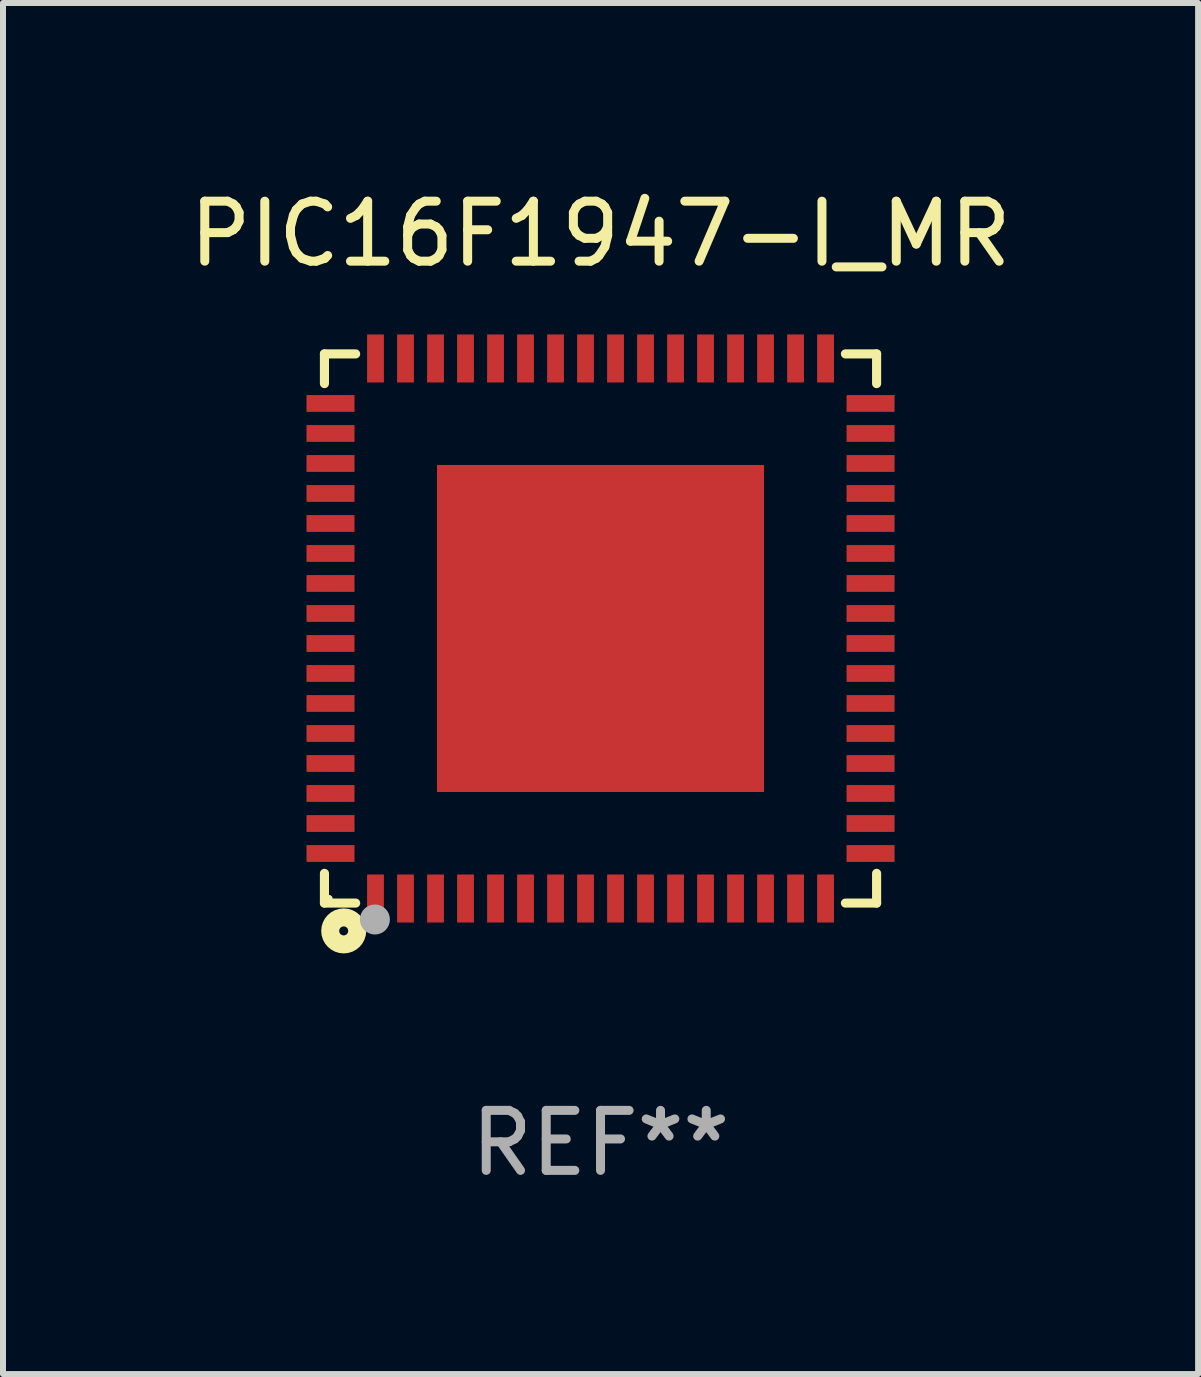
<source format=kicad_pcb>
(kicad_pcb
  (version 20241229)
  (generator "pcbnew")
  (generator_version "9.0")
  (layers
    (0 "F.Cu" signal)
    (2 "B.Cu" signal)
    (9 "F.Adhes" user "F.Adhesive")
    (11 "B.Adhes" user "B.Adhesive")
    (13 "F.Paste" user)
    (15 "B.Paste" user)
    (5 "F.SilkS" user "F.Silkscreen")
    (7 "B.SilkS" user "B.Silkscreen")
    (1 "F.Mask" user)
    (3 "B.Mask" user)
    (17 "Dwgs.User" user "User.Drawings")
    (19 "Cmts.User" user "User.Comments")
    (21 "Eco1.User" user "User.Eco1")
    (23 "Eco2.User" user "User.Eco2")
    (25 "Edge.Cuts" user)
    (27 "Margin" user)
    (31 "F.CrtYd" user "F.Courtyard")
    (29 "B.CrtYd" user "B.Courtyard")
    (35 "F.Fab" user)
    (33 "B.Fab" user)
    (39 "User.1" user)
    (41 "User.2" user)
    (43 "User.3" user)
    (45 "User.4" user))
  (footprint "PIC16F1947-I_MR"
    (layer "F.Cu")
    (at 6.958 7.424)
    (property "Reference" "PIC16F1947-I_MR" (at 0 -6.576 0) (layer "F.SilkS") (effects (font (size 1 1) (thickness 0.15))))
    (attr through_hole)
    (fp_line (start -4.601 -4.576) (end -4.081 -4.576) (stroke (width 0.152) (type solid)) (layer "F.SilkS"))
    (fp_line (start -4.601 -4.081) (end -4.601 -4.576) (stroke (width 0.152) (type solid)) (layer "F.SilkS"))
    (fp_line (start -4.601 4.081) (end -4.601 4.576) (stroke (width 0.152) (type solid)) (layer "F.SilkS"))
    (fp_line (start -4.601 4.576) (end -4.081 4.576) (stroke (width 0.152) (type solid)) (layer "F.SilkS"))
    (fp_line (start 4.601 -4.576) (end 4.081 -4.576) (stroke (width 0.152) (type solid)) (layer "F.SilkS"))
    (fp_line (start 4.601 -4.081) (end 4.601 -4.576) (stroke (width 0.152) (type solid)) (layer "F.SilkS"))
    (fp_line (start 4.601 4.081) (end 4.601 4.576) (stroke (width 0.152) (type solid)) (layer "F.SilkS"))
    (fp_line (start 4.601 4.576) (end 4.081 4.576) (stroke (width 0.152) (type solid)) (layer "F.SilkS"))
    (fp_circle (center -4.525 4.5) (end -4.495 4.5) (stroke (width 0.06) (type solid)) (fill no) (layer "F.SilkS"))
    (fp_circle (center -4.28 5.04) (end -4.205 5.04) (stroke (width 0.3) (type solid)) (fill no) (layer "F.SilkS"))
    (fp_circle (center -3.76 4.85) (end -3.635 4.85) (stroke (width 0.25) (type solid)) (fill no) (layer "F.Fab"))
    (fp_text user "REF**" (at 0 8.576 0) (layer "F.Fab") (effects (font (size 1 1) (thickness 0.15))))
    (pad "1" smd rect (at -3.75 4.5) (size 0.28 0.8) (layers "F.Cu" "F.Mask" "F.Paste"))
    (pad "2" smd rect (at -3.25 4.5) (size 0.28 0.8) (layers "F.Cu" "F.Mask" "F.Paste"))
    (pad "3" smd rect (at -2.75 4.5) (size 0.28 0.8) (layers "F.Cu" "F.Mask" "F.Paste"))
    (pad "4" smd rect (at -2.25 4.5) (size 0.28 0.8) (layers "F.Cu" "F.Mask" "F.Paste"))
    (pad "5" smd rect (at -1.75 4.5) (size 0.28 0.8) (layers "F.Cu" "F.Mask" "F.Paste"))
    (pad "6" smd rect (at -1.25 4.5) (size 0.28 0.8) (layers "F.Cu" "F.Mask" "F.Paste"))
    (pad "7" smd rect (at -0.75 4.5) (size 0.28 0.8) (layers "F.Cu" "F.Mask" "F.Paste"))
    (pad "8" smd rect (at -0.25 4.5) (size 0.28 0.8) (layers "F.Cu" "F.Mask" "F.Paste"))
    (pad "9" smd rect (at 0.25 4.5) (size 0.28 0.8) (layers "F.Cu" "F.Mask" "F.Paste"))
    (pad "10" smd rect (at 0.75 4.5) (size 0.28 0.8) (layers "F.Cu" "F.Mask" "F.Paste"))
    (pad "11" smd rect (at 1.25 4.5) (size 0.28 0.8) (layers "F.Cu" "F.Mask" "F.Paste"))
    (pad "12" smd rect (at 1.75 4.5) (size 0.28 0.8) (layers "F.Cu" "F.Mask" "F.Paste"))
    (pad "13" smd rect (at 2.25 4.5) (size 0.28 0.8) (layers "F.Cu" "F.Mask" "F.Paste"))
    (pad "14" smd rect (at 2.75 4.5) (size 0.28 0.8) (layers "F.Cu" "F.Mask" "F.Paste"))
    (pad "15" smd rect (at 3.25 4.5) (size 0.28 0.8) (layers "F.Cu" "F.Mask" "F.Paste"))
    (pad "16" smd rect (at 3.75 4.5) (size 0.28 0.8) (layers "F.Cu" "F.Mask" "F.Paste"))
    (pad "17" smd rect (at 4.5 3.75) (size 0.8 0.28) (layers "F.Cu" "F.Mask" "F.Paste"))
    (pad "18" smd rect (at 4.5 3.25) (size 0.8 0.28) (layers "F.Cu" "F.Mask" "F.Paste"))
    (pad "19" smd rect (at 4.5 2.75) (size 0.8 0.28) (layers "F.Cu" "F.Mask" "F.Paste"))
    (pad "20" smd rect (at 4.5 2.25) (size 0.8 0.28) (layers "F.Cu" "F.Mask" "F.Paste"))
    (pad "21" smd rect (at 4.5 1.75) (size 0.8 0.28) (layers "F.Cu" "F.Mask" "F.Paste"))
    (pad "22" smd rect (at 4.5 1.25) (size 0.8 0.28) (layers "F.Cu" "F.Mask" "F.Paste"))
    (pad "23" smd rect (at 4.5 0.75) (size 0.8 0.28) (layers "F.Cu" "F.Mask" "F.Paste"))
    (pad "24" smd rect (at 4.5 0.25) (size 0.8 0.28) (layers "F.Cu" "F.Mask" "F.Paste"))
    (pad "25" smd rect (at 4.5 -0.25) (size 0.8 0.28) (layers "F.Cu" "F.Mask" "F.Paste"))
    (pad "26" smd rect (at 4.5 -0.75) (size 0.8 0.28) (layers "F.Cu" "F.Mask" "F.Paste"))
    (pad "27" smd rect (at 4.5 -1.25) (size 0.8 0.28) (layers "F.Cu" "F.Mask" "F.Paste"))
    (pad "28" smd rect (at 4.5 -1.75) (size 0.8 0.28) (layers "F.Cu" "F.Mask" "F.Paste"))
    (pad "29" smd rect (at 4.5 -2.25) (size 0.8 0.28) (layers "F.Cu" "F.Mask" "F.Paste"))
    (pad "30" smd rect (at 4.5 -2.75) (size 0.8 0.28) (layers "F.Cu" "F.Mask" "F.Paste"))
    (pad "31" smd rect (at 4.5 -3.25) (size 0.8 0.28) (layers "F.Cu" "F.Mask" "F.Paste"))
    (pad "32" smd rect (at 4.5 -3.75) (size 0.8 0.28) (layers "F.Cu" "F.Mask" "F.Paste"))
    (pad "33" smd rect (at 3.75 -4.5) (size 0.28 0.8) (layers "F.Cu" "F.Mask" "F.Paste"))
    (pad "34" smd rect (at 3.25 -4.5) (size 0.28 0.8) (layers "F.Cu" "F.Mask" "F.Paste"))
    (pad "35" smd rect (at 2.75 -4.5) (size 0.28 0.8) (layers "F.Cu" "F.Mask" "F.Paste"))
    (pad "36" smd rect (at 2.25 -4.5) (size 0.28 0.8) (layers "F.Cu" "F.Mask" "F.Paste"))
    (pad "37" smd rect (at 1.75 -4.5) (size 0.28 0.8) (layers "F.Cu" "F.Mask" "F.Paste"))
    (pad "38" smd rect (at 1.25 -4.5) (size 0.28 0.8) (layers "F.Cu" "F.Mask" "F.Paste"))
    (pad "39" smd rect (at 0.75 -4.5) (size 0.28 0.8) (layers "F.Cu" "F.Mask" "F.Paste"))
    (pad "40" smd rect (at 0.25 -4.5) (size 0.28 0.8) (layers "F.Cu" "F.Mask" "F.Paste"))
    (pad "41" smd rect (at -0.25 -4.5) (size 0.28 0.8) (layers "F.Cu" "F.Mask" "F.Paste"))
    (pad "42" smd rect (at -0.75 -4.5) (size 0.28 0.8) (layers "F.Cu" "F.Mask" "F.Paste"))
    (pad "43" smd rect (at -1.25 -4.5) (size 0.28 0.8) (layers "F.Cu" "F.Mask" "F.Paste"))
    (pad "44" smd rect (at -1.75 -4.5) (size 0.28 0.8) (layers "F.Cu" "F.Mask" "F.Paste"))
    (pad "45" smd rect (at -2.25 -4.5) (size 0.28 0.8) (layers "F.Cu" "F.Mask" "F.Paste"))
    (pad "46" smd rect (at -2.75 -4.5) (size 0.28 0.8) (layers "F.Cu" "F.Mask" "F.Paste"))
    (pad "47" smd rect (at -3.25 -4.5) (size 0.28 0.8) (layers "F.Cu" "F.Mask" "F.Paste"))
    (pad "48" smd rect (at -3.75 -4.5) (size 0.28 0.8) (layers "F.Cu" "F.Mask" "F.Paste"))
    (pad "49" smd rect (at -4.5 -3.75) (size 0.8 0.28) (layers "F.Cu" "F.Mask" "F.Paste"))
    (pad "50" smd rect (at -4.5 -3.25) (size 0.8 0.28) (layers "F.Cu" "F.Mask" "F.Paste"))
    (pad "51" smd rect (at -4.5 -2.75) (size 0.8 0.28) (layers "F.Cu" "F.Mask" "F.Paste"))
    (pad "52" smd rect (at -4.5 -2.25) (size 0.8 0.28) (layers "F.Cu" "F.Mask" "F.Paste"))
    (pad "53" smd rect (at -4.5 -1.75) (size 0.8 0.28) (layers "F.Cu" "F.Mask" "F.Paste"))
    (pad "54" smd rect (at -4.5 -1.25) (size 0.8 0.28) (layers "F.Cu" "F.Mask" "F.Paste"))
    (pad "55" smd rect (at -4.5 -0.75) (size 0.8 0.28) (layers "F.Cu" "F.Mask" "F.Paste"))
    (pad "56" smd rect (at -4.5 -0.25) (size 0.8 0.28) (layers "F.Cu" "F.Mask" "F.Paste"))
    (pad "57" smd rect (at -4.5 0.25) (size 0.8 0.28) (layers "F.Cu" "F.Mask" "F.Paste"))
    (pad "58" smd rect (at -4.5 0.75) (size 0.8 0.28) (layers "F.Cu" "F.Mask" "F.Paste"))
    (pad "59" smd rect (at -4.5 1.25) (size 0.8 0.28) (layers "F.Cu" "F.Mask" "F.Paste"))
    (pad "60" smd rect (at -4.5 1.75) (size 0.8 0.28) (layers "F.Cu" "F.Mask" "F.Paste"))
    (pad "61" smd rect (at -4.5 2.25) (size 0.8 0.28) (layers "F.Cu" "F.Mask" "F.Paste"))
    (pad "62" smd rect (at -4.5 2.75) (size 0.8 0.28) (layers "F.Cu" "F.Mask" "F.Paste"))
    (pad "63" smd rect (at -4.5 3.25) (size 0.8 0.28) (layers "F.Cu" "F.Mask" "F.Paste"))
    (pad "64" smd rect (at -4.5 3.75) (size 0.8 0.28) (layers "F.Cu" "F.Mask" "F.Paste"))
    (pad "65" smd rect (at 0 0) (size 5.45 5.45) (layers "F.Cu" "F.Mask" "F.Paste")))
  (gr_rect
    (start -3 -3)
    (end 16.917 19.849)
    (stroke (width 0.1) (type default))
    (fill no)
    (layer "Edge.Cuts")))
</source>
